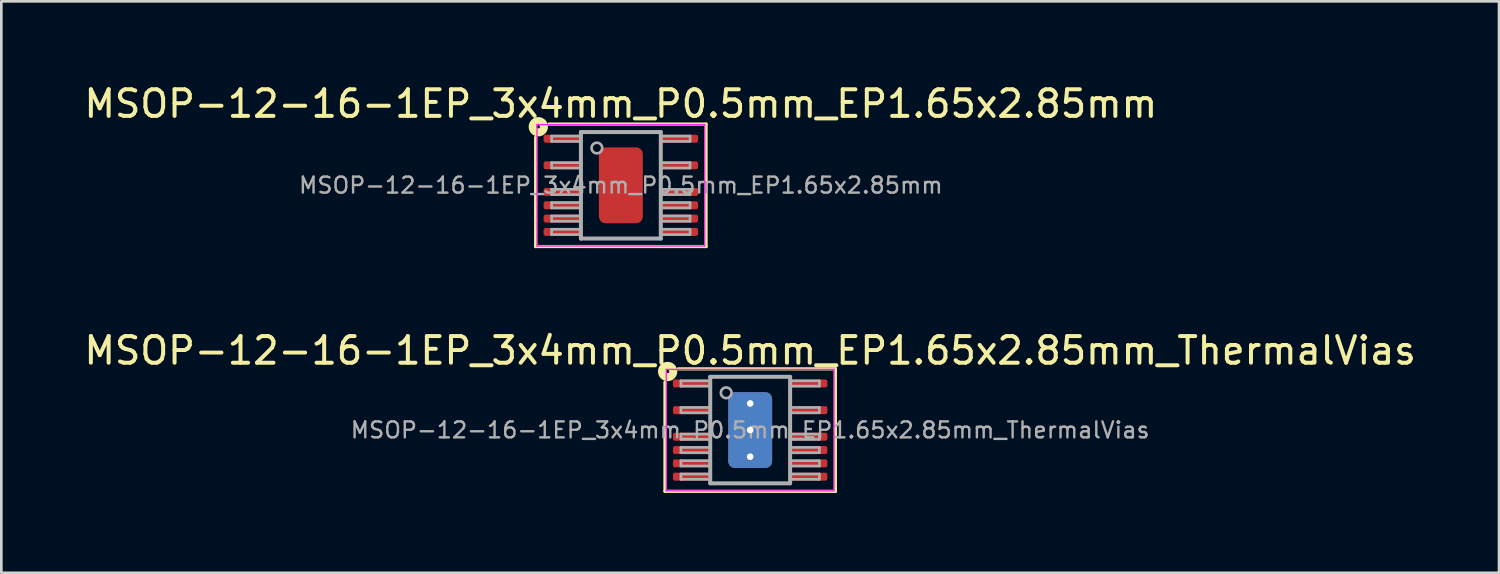
<source format=kicad_pcb>
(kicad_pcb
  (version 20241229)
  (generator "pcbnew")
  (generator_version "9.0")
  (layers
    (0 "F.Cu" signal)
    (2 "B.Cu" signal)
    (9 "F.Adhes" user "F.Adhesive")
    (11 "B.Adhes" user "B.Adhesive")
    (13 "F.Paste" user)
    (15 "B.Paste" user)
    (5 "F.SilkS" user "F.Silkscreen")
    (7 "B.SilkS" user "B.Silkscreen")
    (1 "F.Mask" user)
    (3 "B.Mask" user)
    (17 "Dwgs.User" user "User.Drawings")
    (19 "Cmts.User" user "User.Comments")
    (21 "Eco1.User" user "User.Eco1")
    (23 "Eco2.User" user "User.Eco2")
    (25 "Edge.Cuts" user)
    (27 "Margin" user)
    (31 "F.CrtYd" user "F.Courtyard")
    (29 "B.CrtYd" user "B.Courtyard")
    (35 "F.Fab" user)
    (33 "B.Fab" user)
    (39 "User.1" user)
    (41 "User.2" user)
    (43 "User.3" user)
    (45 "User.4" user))
  (footprint "MSOP-12-16-1EP_3x4mm_P0.5mm_EP1.65x2.85mm"
    (layer "F.Cu")
    (at 20.268 3.91)
    (property "Reference" "MSOP-12-16-1EP_3x4mm_P0.5mm_EP1.65x2.85mm" (at 0 -3.062 0) (layer "F.SilkS") (effects (font (size 1 1) (thickness 0.15))))
    (attr smd)
    (fp_line (start -3.2 2.3) (end -3.2 -1.8) (stroke (width 0.12) (type solid)) (layer "F.SilkS"))
    (fp_line (start -2.7 -2.3) (end 3.2 -2.3) (stroke (width 0.12) (type solid)) (layer "F.SilkS"))
    (fp_line (start 3.2 -2.3) (end 3.2 2.3) (stroke (width 0.12) (type solid)) (layer "F.SilkS"))
    (fp_line (start 3.2 2.3) (end -3.2 2.3) (stroke (width 0.12) (type solid)) (layer "F.SilkS"))
    (fp_circle (center -3.1 -2.2) (end -3.037 -2.2) (stroke (width 0.3) (type solid)) (fill no) (layer "F.SilkS"))
    (fp_line (start -3.15 -2.28) (end -3.15 2.28) (stroke (width 0.05) (type solid)) (layer "F.CrtYd"))
    (fp_line (start -3.15 -2.28) (end 3.15 -2.28) (stroke (width 0.05) (type solid)) (layer "F.CrtYd"))
    (fp_line (start -3.15 2.28) (end 3.15 2.28) (stroke (width 0.05) (type solid)) (layer "F.CrtYd"))
    (fp_line (start 3.15 -2.28) (end 3.15 2.28) (stroke (width 0.05) (type solid)) (layer "F.CrtYd"))
    (fp_line (start -2.6 -1.85) (end -2.6 -1.65) (stroke (width 0.1) (type solid)) (layer "F.Fab"))
    (fp_line (start -2.6 -1.85) (end -1.5 -1.85) (stroke (width 0.1) (type solid)) (layer "F.Fab"))
    (fp_line (start -2.6 -1.65) (end -1.5 -1.65) (stroke (width 0.1) (type solid)) (layer "F.Fab"))
    (fp_line (start -2.6 -0.85) (end -2.6 -0.65) (stroke (width 0.1) (type solid)) (layer "F.Fab"))
    (fp_line (start -2.6 -0.85) (end -1.5 -0.85) (stroke (width 0.1) (type solid)) (layer "F.Fab"))
    (fp_line (start -2.6 -0.65) (end -1.5 -0.65) (stroke (width 0.1) (type solid)) (layer "F.Fab"))
    (fp_line (start -2.6 0.15) (end -2.6 0.35) (stroke (width 0.1) (type solid)) (layer "F.Fab"))
    (fp_line (start -2.6 0.15) (end -1.5 0.15) (stroke (width 0.1) (type solid)) (layer "F.Fab"))
    (fp_line (start -2.6 0.35) (end -1.5 0.35) (stroke (width 0.1) (type solid)) (layer "F.Fab"))
    (fp_line (start -2.6 0.65) (end -2.6 0.85) (stroke (width 0.1) (type solid)) (layer "F.Fab"))
    (fp_line (start -2.6 0.65) (end -1.5 0.65) (stroke (width 0.1) (type solid)) (layer "F.Fab"))
    (fp_line (start -2.6 0.85) (end -1.5 0.85) (stroke (width 0.1) (type solid)) (layer "F.Fab"))
    (fp_line (start -2.6 1.15) (end -2.6 1.35) (stroke (width 0.1) (type solid)) (layer "F.Fab"))
    (fp_line (start -2.6 1.15) (end -1.5 1.15) (stroke (width 0.1) (type solid)) (layer "F.Fab"))
    (fp_line (start -2.6 1.35) (end -1.5 1.35) (stroke (width 0.1) (type solid)) (layer "F.Fab"))
    (fp_line (start -2.6 1.65) (end -2.6 1.85) (stroke (width 0.1) (type solid)) (layer "F.Fab"))
    (fp_line (start -2.6 1.65) (end -1.5 1.65) (stroke (width 0.1) (type solid)) (layer "F.Fab"))
    (fp_line (start -2.6 1.85) (end -1.5 1.85) (stroke (width 0.1) (type solid)) (layer "F.Fab"))
    (fp_line (start -1.5 -2) (end 1.5 -2) (stroke (width 0.15) (type solid)) (layer "F.Fab"))
    (fp_line (start -1.5 2) (end -1.5 -2) (stroke (width 0.15) (type solid)) (layer "F.Fab"))
    (fp_line (start 1.5 -2) (end 1.5 2) (stroke (width 0.15) (type solid)) (layer "F.Fab"))
    (fp_line (start 1.5 2) (end -1.5 2) (stroke (width 0.15) (type solid)) (layer "F.Fab"))
    (fp_line (start 2.6 -1.85) (end 1.5 -1.85) (stroke (width 0.1) (type solid)) (layer "F.Fab"))
    (fp_line (start 2.6 -1.65) (end 1.5 -1.65) (stroke (width 0.1) (type solid)) (layer "F.Fab"))
    (fp_line (start 2.6 -1.65) (end 2.6 -1.85) (stroke (width 0.1) (type solid)) (layer "F.Fab"))
    (fp_line (start 2.6 -0.85) (end 1.5 -0.85) (stroke (width 0.1) (type solid)) (layer "F.Fab"))
    (fp_line (start 2.6 -0.65) (end 1.5 -0.65) (stroke (width 0.1) (type solid)) (layer "F.Fab"))
    (fp_line (start 2.6 -0.65) (end 2.6 -0.85) (stroke (width 0.1) (type solid)) (layer "F.Fab"))
    (fp_line (start 2.6 0.15) (end 1.5 0.15) (stroke (width 0.1) (type solid)) (layer "F.Fab"))
    (fp_line (start 2.6 0.35) (end 1.5 0.35) (stroke (width 0.1) (type solid)) (layer "F.Fab"))
    (fp_line (start 2.6 0.35) (end 2.6 0.15) (stroke (width 0.1) (type solid)) (layer "F.Fab"))
    (fp_line (start 2.6 0.65) (end 1.5 0.65) (stroke (width 0.1) (type solid)) (layer "F.Fab"))
    (fp_line (start 2.6 0.85) (end 1.5 0.85) (stroke (width 0.1) (type solid)) (layer "F.Fab"))
    (fp_line (start 2.6 0.85) (end 2.6 0.65) (stroke (width 0.1) (type solid)) (layer "F.Fab"))
    (fp_line (start 2.6 1.15) (end 1.5 1.15) (stroke (width 0.1) (type solid)) (layer "F.Fab"))
    (fp_line (start 2.6 1.35) (end 1.5 1.35) (stroke (width 0.1) (type solid)) (layer "F.Fab"))
    (fp_line (start 2.6 1.35) (end 2.6 1.15) (stroke (width 0.1) (type solid)) (layer "F.Fab"))
    (fp_line (start 2.6 1.65) (end 1.5 1.65) (stroke (width 0.1) (type solid)) (layer "F.Fab"))
    (fp_line (start 2.6 1.85) (end 1.5 1.85) (stroke (width 0.1) (type solid)) (layer "F.Fab"))
    (fp_line (start 2.6 1.85) (end 2.6 1.65) (stroke (width 0.1) (type solid)) (layer "F.Fab"))
    (fp_circle (center -0.9 -1.4) (end -0.7 -1.4) (stroke (width 0.1) (type solid)) (fill no) (layer "F.Fab"))
    (fp_text user "${REFERENCE}" (at 0 0 0) (layer "F.Fab") (effects (font (size 0.6 0.6) (thickness 0.09))))
    (pad "" smd roundrect (at -0.412 -0.95) (size 0.66 0.75) (layers "F.Paste") (roundrect_rratio 0.25))
    (pad "" smd roundrect (at -0.412 0) (size 0.66 0.75) (layers "F.Paste") (roundrect_rratio 0.25))
    (pad "" smd roundrect (at -0.412 0.95) (size 0.66 0.75) (layers "F.Paste") (roundrect_rratio 0.25))
    (pad "" smd roundrect (at 0.412 -0.95) (size 0.66 0.75) (layers "F.Paste") (roundrect_rratio 0.25))
    (pad "" smd roundrect (at 0.412 0) (size 0.66 0.75) (layers "F.Paste") (roundrect_rratio 0.25))
    (pad "" smd roundrect (at 0.412 0.95) (size 0.66 0.75) (layers "F.Paste") (roundrect_rratio 0.25))
    (pad "1" smd roundrect (at -2.2 -1.75) (size 1.4 0.3) (layers "F.Cu" "F.Mask" "F.Paste") (roundrect_rratio 0.25))
    (pad "3" smd roundrect (at -2.2 -0.75) (size 1.4 0.3) (layers "F.Cu" "F.Mask" "F.Paste") (roundrect_rratio 0.25))
    (pad "5" smd roundrect (at -2.2 0.25) (size 1.4 0.3) (layers "F.Cu" "F.Mask" "F.Paste") (roundrect_rratio 0.25))
    (pad "6" smd roundrect (at -2.2 0.75) (size 1.4 0.3) (layers "F.Cu" "F.Mask" "F.Paste") (roundrect_rratio 0.25))
    (pad "7" smd roundrect (at -2.2 1.25) (size 1.4 0.3) (layers "F.Cu" "F.Mask" "F.Paste") (roundrect_rratio 0.25))
    (pad "8" smd roundrect (at -2.2 1.75) (size 1.4 0.3) (layers "F.Cu" "F.Mask" "F.Paste") (roundrect_rratio 0.25))
    (pad "9" smd roundrect (at 2.2 1.75) (size 1.4 0.3) (layers "F.Cu" "F.Mask" "F.Paste") (roundrect_rratio 0.25))
    (pad "10" smd roundrect (at 2.2 1.25) (size 1.4 0.3) (layers "F.Cu" "F.Mask" "F.Paste") (roundrect_rratio 0.25))
    (pad "11" smd roundrect (at 2.2 0.75) (size 1.4 0.3) (layers "F.Cu" "F.Mask" "F.Paste") (roundrect_rratio 0.25))
    (pad "12" smd roundrect (at 2.2 0.25) (size 1.4 0.3) (layers "F.Cu" "F.Mask" "F.Paste") (roundrect_rratio 0.25))
    (pad "14" smd roundrect (at 2.2 -0.75) (size 1.4 0.3) (layers "F.Cu" "F.Mask" "F.Paste") (roundrect_rratio 0.25))
    (pad "16" smd roundrect (at 2.2 -1.75) (size 1.4 0.3) (layers "F.Cu" "F.Mask" "F.Paste") (roundrect_rratio 0.25))
    (pad "17" smd roundrect (at 0 0) (size 1.65 2.85) (layers "F.Cu" "F.Mask") (roundrect_rratio 0.152)))
  (footprint "MSOP-12-16-1EP_3x4mm_P0.5mm_EP1.65x2.85mm_ThermalVias"
    (layer "F.Cu")
    (at 25.125 13.103)
    (property "Reference" "MSOP-12-16-1EP_3x4mm_P0.5mm_EP1.65x2.85mm_ThermalVias" (at 0 -2.985 0) (layer "F.SilkS") (effects (font (size 1 1) (thickness 0.15))))
    (attr smd)
    (fp_line (start -3.2 2.3) (end -3.2 -1.8) (stroke (width 0.12) (type solid)) (layer "F.SilkS"))
    (fp_line (start -2.7 -2.3) (end 3.2 -2.3) (stroke (width 0.12) (type solid)) (layer "F.SilkS"))
    (fp_line (start 3.2 -2.3) (end 3.2 2.3) (stroke (width 0.12) (type solid)) (layer "F.SilkS"))
    (fp_line (start 3.2 2.3) (end -3.2 2.3) (stroke (width 0.12) (type solid)) (layer "F.SilkS"))
    (fp_circle (center -3.1 -2.2) (end -3.037 -2.2) (stroke (width 0.3) (type solid)) (fill no) (layer "F.SilkS"))
    (fp_line (start -3.15 -2.28) (end -3.15 2.28) (stroke (width 0.05) (type solid)) (layer "F.CrtYd"))
    (fp_line (start -3.15 -2.28) (end 3.15 -2.28) (stroke (width 0.05) (type solid)) (layer "F.CrtYd"))
    (fp_line (start -3.15 2.28) (end 3.15 2.28) (stroke (width 0.05) (type solid)) (layer "F.CrtYd"))
    (fp_line (start 3.15 -2.28) (end 3.15 2.28) (stroke (width 0.05) (type solid)) (layer "F.CrtYd"))
    (fp_line (start -2.6 -1.85) (end -2.6 -1.65) (stroke (width 0.1) (type solid)) (layer "F.Fab"))
    (fp_line (start -2.6 -1.85) (end -1.5 -1.85) (stroke (width 0.1) (type solid)) (layer "F.Fab"))
    (fp_line (start -2.6 -1.65) (end -1.5 -1.65) (stroke (width 0.1) (type solid)) (layer "F.Fab"))
    (fp_line (start -2.6 -0.85) (end -2.6 -0.65) (stroke (width 0.1) (type solid)) (layer "F.Fab"))
    (fp_line (start -2.6 -0.85) (end -1.5 -0.85) (stroke (width 0.1) (type solid)) (layer "F.Fab"))
    (fp_line (start -2.6 -0.65) (end -1.5 -0.65) (stroke (width 0.1) (type solid)) (layer "F.Fab"))
    (fp_line (start -2.6 0.15) (end -2.6 0.35) (stroke (width 0.1) (type solid)) (layer "F.Fab"))
    (fp_line (start -2.6 0.15) (end -1.5 0.15) (stroke (width 0.1) (type solid)) (layer "F.Fab"))
    (fp_line (start -2.6 0.35) (end -1.5 0.35) (stroke (width 0.1) (type solid)) (layer "F.Fab"))
    (fp_line (start -2.6 0.65) (end -2.6 0.85) (stroke (width 0.1) (type solid)) (layer "F.Fab"))
    (fp_line (start -2.6 0.65) (end -1.5 0.65) (stroke (width 0.1) (type solid)) (layer "F.Fab"))
    (fp_line (start -2.6 0.85) (end -1.5 0.85) (stroke (width 0.1) (type solid)) (layer "F.Fab"))
    (fp_line (start -2.6 1.15) (end -2.6 1.35) (stroke (width 0.1) (type solid)) (layer "F.Fab"))
    (fp_line (start -2.6 1.15) (end -1.5 1.15) (stroke (width 0.1) (type solid)) (layer "F.Fab"))
    (fp_line (start -2.6 1.35) (end -1.5 1.35) (stroke (width 0.1) (type solid)) (layer "F.Fab"))
    (fp_line (start -2.6 1.65) (end -2.6 1.85) (stroke (width 0.1) (type solid)) (layer "F.Fab"))
    (fp_line (start -2.6 1.65) (end -1.5 1.65) (stroke (width 0.1) (type solid)) (layer "F.Fab"))
    (fp_line (start -2.6 1.85) (end -1.5 1.85) (stroke (width 0.1) (type solid)) (layer "F.Fab"))
    (fp_line (start -1.5 -2) (end 1.5 -2) (stroke (width 0.15) (type solid)) (layer "F.Fab"))
    (fp_line (start -1.5 2) (end -1.5 -2) (stroke (width 0.15) (type solid)) (layer "F.Fab"))
    (fp_line (start 1.5 -2) (end 1.5 2) (stroke (width 0.15) (type solid)) (layer "F.Fab"))
    (fp_line (start 1.5 2) (end -1.5 2) (stroke (width 0.15) (type solid)) (layer "F.Fab"))
    (fp_line (start 2.6 -1.85) (end 1.5 -1.85) (stroke (width 0.1) (type solid)) (layer "F.Fab"))
    (fp_line (start 2.6 -1.65) (end 1.5 -1.65) (stroke (width 0.1) (type solid)) (layer "F.Fab"))
    (fp_line (start 2.6 -1.65) (end 2.6 -1.85) (stroke (width 0.1) (type solid)) (layer "F.Fab"))
    (fp_line (start 2.6 -0.85) (end 1.5 -0.85) (stroke (width 0.1) (type solid)) (layer "F.Fab"))
    (fp_line (start 2.6 -0.65) (end 1.5 -0.65) (stroke (width 0.1) (type solid)) (layer "F.Fab"))
    (fp_line (start 2.6 -0.65) (end 2.6 -0.85) (stroke (width 0.1) (type solid)) (layer "F.Fab"))
    (fp_line (start 2.6 0.15) (end 1.5 0.15) (stroke (width 0.1) (type solid)) (layer "F.Fab"))
    (fp_line (start 2.6 0.35) (end 1.5 0.35) (stroke (width 0.1) (type solid)) (layer "F.Fab"))
    (fp_line (start 2.6 0.35) (end 2.6 0.15) (stroke (width 0.1) (type solid)) (layer "F.Fab"))
    (fp_line (start 2.6 0.65) (end 1.5 0.65) (stroke (width 0.1) (type solid)) (layer "F.Fab"))
    (fp_line (start 2.6 0.85) (end 1.5 0.85) (stroke (width 0.1) (type solid)) (layer "F.Fab"))
    (fp_line (start 2.6 0.85) (end 2.6 0.65) (stroke (width 0.1) (type solid)) (layer "F.Fab"))
    (fp_line (start 2.6 1.15) (end 1.5 1.15) (stroke (width 0.1) (type solid)) (layer "F.Fab"))
    (fp_line (start 2.6 1.35) (end 1.5 1.35) (stroke (width 0.1) (type solid)) (layer "F.Fab"))
    (fp_line (start 2.6 1.35) (end 2.6 1.15) (stroke (width 0.1) (type solid)) (layer "F.Fab"))
    (fp_line (start 2.6 1.65) (end 1.5 1.65) (stroke (width 0.1) (type solid)) (layer "F.Fab"))
    (fp_line (start 2.6 1.85) (end 1.5 1.85) (stroke (width 0.1) (type solid)) (layer "F.Fab"))
    (fp_line (start 2.6 1.85) (end 2.6 1.65) (stroke (width 0.1) (type solid)) (layer "F.Fab"))
    (fp_circle (center -0.9 -1.4) (end -0.7 -1.4) (stroke (width 0.1) (type solid)) (fill no) (layer "F.Fab"))
    (fp_text user "${REFERENCE}" (at 0 0 0) (layer "F.Fab") (effects (font (size 0.6 0.6) (thickness 0.09))))
    (pad "" smd roundrect (at -0.45 -1.25) (size 0.65 0.25) (layers "F.Paste") (roundrect_rratio 0.5))
    (pad "" smd roundrect (at -0.45 -0.5) (size 0.65 0.8) (layers "F.Paste") (roundrect_rratio 0.25))
    (pad "" smd roundrect (at -0.45 0.5) (size 0.65 0.8) (layers "F.Paste") (roundrect_rratio 0.25))
    (pad "" smd roundrect (at -0.45 1.25) (size 0.65 0.25) (layers "F.Paste") (roundrect_rratio 0.5))
    (pad "" smd roundrect (at 0.45 -1.25) (size 0.65 0.25) (layers "F.Paste") (roundrect_rratio 0.5))
    (pad "" smd roundrect (at 0.45 -0.5) (size 0.65 0.8) (layers "F.Paste") (roundrect_rratio 0.25))
    (pad "" smd roundrect (at 0.45 0.5) (size 0.65 0.8) (layers "F.Paste") (roundrect_rratio 0.25))
    (pad "" smd roundrect (at 0.45 1.25) (size 0.65 0.25) (layers "F.Paste") (roundrect_rratio 0.5))
    (pad "1" smd roundrect (at -2.2 -1.75) (size 1.4 0.3) (layers "F.Cu" "F.Mask" "F.Paste") (roundrect_rratio 0.25))
    (pad "3" smd roundrect (at -2.2 -0.75) (size 1.4 0.3) (layers "F.Cu" "F.Mask" "F.Paste") (roundrect_rratio 0.25))
    (pad "5" smd roundrect (at -2.2 0.25) (size 1.4 0.3) (layers "F.Cu" "F.Mask" "F.Paste") (roundrect_rratio 0.25))
    (pad "6" smd roundrect (at -2.2 0.75) (size 1.4 0.3) (layers "F.Cu" "F.Mask" "F.Paste") (roundrect_rratio 0.25))
    (pad "7" smd roundrect (at -2.2 1.25) (size 1.4 0.3) (layers "F.Cu" "F.Mask" "F.Paste") (roundrect_rratio 0.25))
    (pad "8" smd roundrect (at -2.2 1.75) (size 1.4 0.3) (layers "F.Cu" "F.Mask" "F.Paste") (roundrect_rratio 0.25))
    (pad "9" smd roundrect (at 2.2 1.75) (size 1.4 0.3) (layers "F.Cu" "F.Mask" "F.Paste") (roundrect_rratio 0.25))
    (pad "10" smd roundrect (at 2.2 1.25) (size 1.4 0.3) (layers "F.Cu" "F.Mask" "F.Paste") (roundrect_rratio 0.25))
    (pad "11" smd roundrect (at 2.2 0.75) (size 1.4 0.3) (layers "F.Cu" "F.Mask" "F.Paste") (roundrect_rratio 0.25))
    (pad "12" smd roundrect (at 2.2 0.25) (size 1.4 0.3) (layers "F.Cu" "F.Mask" "F.Paste") (roundrect_rratio 0.25))
    (pad "14" smd roundrect (at 2.2 -0.75) (size 1.4 0.3) (layers "F.Cu" "F.Mask" "F.Paste") (roundrect_rratio 0.25))
    (pad "16" smd roundrect (at 2.2 -1.75) (size 1.4 0.3) (layers "F.Cu" "F.Mask" "F.Paste") (roundrect_rratio 0.25))
    (pad "17" thru_hole circle (at 0 -1) (size 0.65 0.65) (drill 0.25) (property pad_prop_heatsink) (layers "*.Cu"))
    (pad "17" thru_hole circle (at 0 0) (size 0.65 0.65) (drill 0.25) (property pad_prop_heatsink) (layers "*.Cu"))
    (pad "17" smd roundrect (at 0 0) (size 1.65 2.85) (layers "F.Cu" "F.Mask") (roundrect_rratio 0.152))
    (pad "17" smd roundrect (at 0 0) (size 1.65 2.85) (layers "B.Cu" "B.Mask") (roundrect_rratio 0.152))
    (pad "17" thru_hole circle (at 0 1) (size 0.65 0.65) (drill 0.25) (property pad_prop_heatsink) (layers "*.Cu")))
  (gr_rect
    (start -3 -3)
    (end 53.25 18.463)
    (stroke (width 0.1) (type default))
    (fill no)
    (layer "Edge.Cuts")))
</source>
